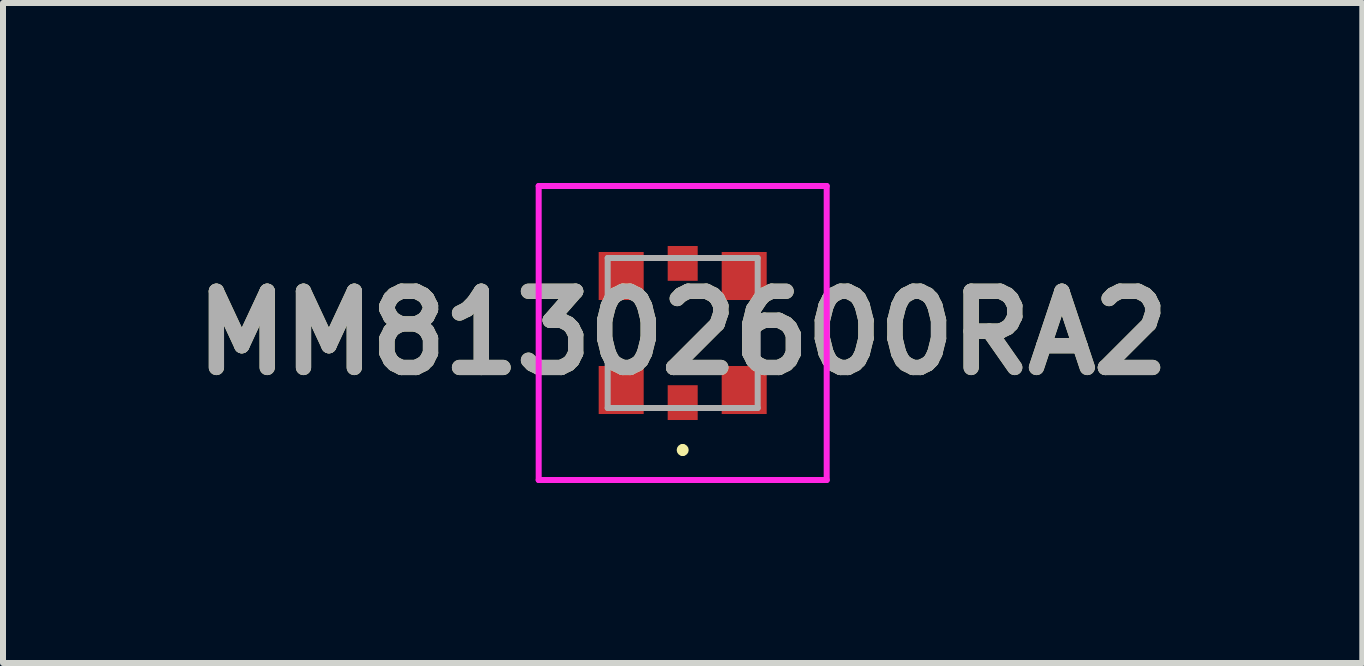
<source format=kicad_pcb>
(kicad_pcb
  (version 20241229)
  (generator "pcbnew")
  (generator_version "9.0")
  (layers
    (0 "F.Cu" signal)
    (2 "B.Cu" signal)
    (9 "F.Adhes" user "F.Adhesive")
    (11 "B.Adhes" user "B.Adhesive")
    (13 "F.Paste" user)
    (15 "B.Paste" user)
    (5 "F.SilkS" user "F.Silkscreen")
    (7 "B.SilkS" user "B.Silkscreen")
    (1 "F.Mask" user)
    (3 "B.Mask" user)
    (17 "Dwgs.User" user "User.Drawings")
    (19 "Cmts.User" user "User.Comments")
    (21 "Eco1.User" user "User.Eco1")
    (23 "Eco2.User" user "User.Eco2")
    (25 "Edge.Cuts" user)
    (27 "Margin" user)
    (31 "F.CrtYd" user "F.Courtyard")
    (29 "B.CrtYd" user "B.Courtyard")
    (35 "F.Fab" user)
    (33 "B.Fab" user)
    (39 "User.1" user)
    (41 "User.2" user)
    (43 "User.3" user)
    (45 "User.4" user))
  (footprint "MM81302600RA2"
    (layer "F.Cu")
    (at 8.328 2.5)
    (property "Reference" "MM81302600RA2" (at 0 0 0) (layer "F.SilkS") (effects (font (size 1.27 1.27) (thickness 0.254))))
    (attr smd)
    (fp_line (start 0 1.9) (end 0 1.9) (stroke (width 0.1) (type solid)) (layer "F.SilkS"))
    (fp_line (start 0 2) (end 0 2) (stroke (width 0.1) (type solid)) (layer "F.SilkS"))
    (fp_arc (start 0 1.9) (mid 0.05 1.95) (end 0 2) (stroke (width 0.1) (type solid)) (layer "F.SilkS"))
    (fp_arc (start 0 2) (mid -0.05 1.95) (end 0 1.9) (stroke (width 0.1) (type solid)) (layer "F.SilkS"))
    (fp_line (start -2.4 -2.45) (end -2.4 2.45) (stroke (width 0.1) (type solid)) (layer "F.CrtYd"))
    (fp_line (start -2.4 2.45) (end 2.4 2.45) (stroke (width 0.1) (type solid)) (layer "F.CrtYd"))
    (fp_line (start 2.4 -2.45) (end -2.4 -2.45) (stroke (width 0.1) (type solid)) (layer "F.CrtYd"))
    (fp_line (start 2.4 2.45) (end 2.4 -2.45) (stroke (width 0.1) (type solid)) (layer "F.CrtYd"))
    (fp_line (start -1.25 -1.25) (end -1.25 1.25) (stroke (width 0.1) (type solid)) (layer "F.Fab"))
    (fp_line (start -1.25 1.25) (end 1.25 1.25) (stroke (width 0.1) (type solid)) (layer "F.Fab"))
    (fp_line (start 1.25 -1.25) (end -1.25 -1.25) (stroke (width 0.1) (type solid)) (layer "F.Fab"))
    (fp_line (start 1.25 1.25) (end 1.25 -1.25) (stroke (width 0.1) (type solid)) (layer "F.Fab"))
    (fp_text user "${REFERENCE}" (at 0 0 0) (layer "F.Fab") (effects (font (size 1.27 1.27) (thickness 0.254))))
    (pad "1" smd rect (at 0 1.16) (size 0.5 0.58) (layers "F.Cu" "F.Mask" "F.Paste"))
    (pad "2" smd rect (at 0 -1.16) (size 0.5 0.58) (layers "F.Cu" "F.Mask" "F.Paste"))
    (pad "3" smd rect (at -1.025 -0.95) (size 0.75 0.8) (layers "F.Cu" "F.Mask" "F.Paste"))
    (pad "4" smd rect (at -1.025 0.95) (size 0.75 0.8) (layers "F.Cu" "F.Mask" "F.Paste"))
    (pad "5" smd rect (at 1.025 0.95) (size 0.75 0.8) (layers "F.Cu" "F.Mask" "F.Paste"))
    (pad "6" smd rect (at 1.025 -0.95) (size 0.75 0.8) (layers "F.Cu" "F.Mask" "F.Paste")))
  (gr_rect
    (start -3 -3)
    (end 19.655 8)
    (stroke (width 0.1) (type default))
    (fill no)
    (layer "Edge.Cuts")))
</source>
